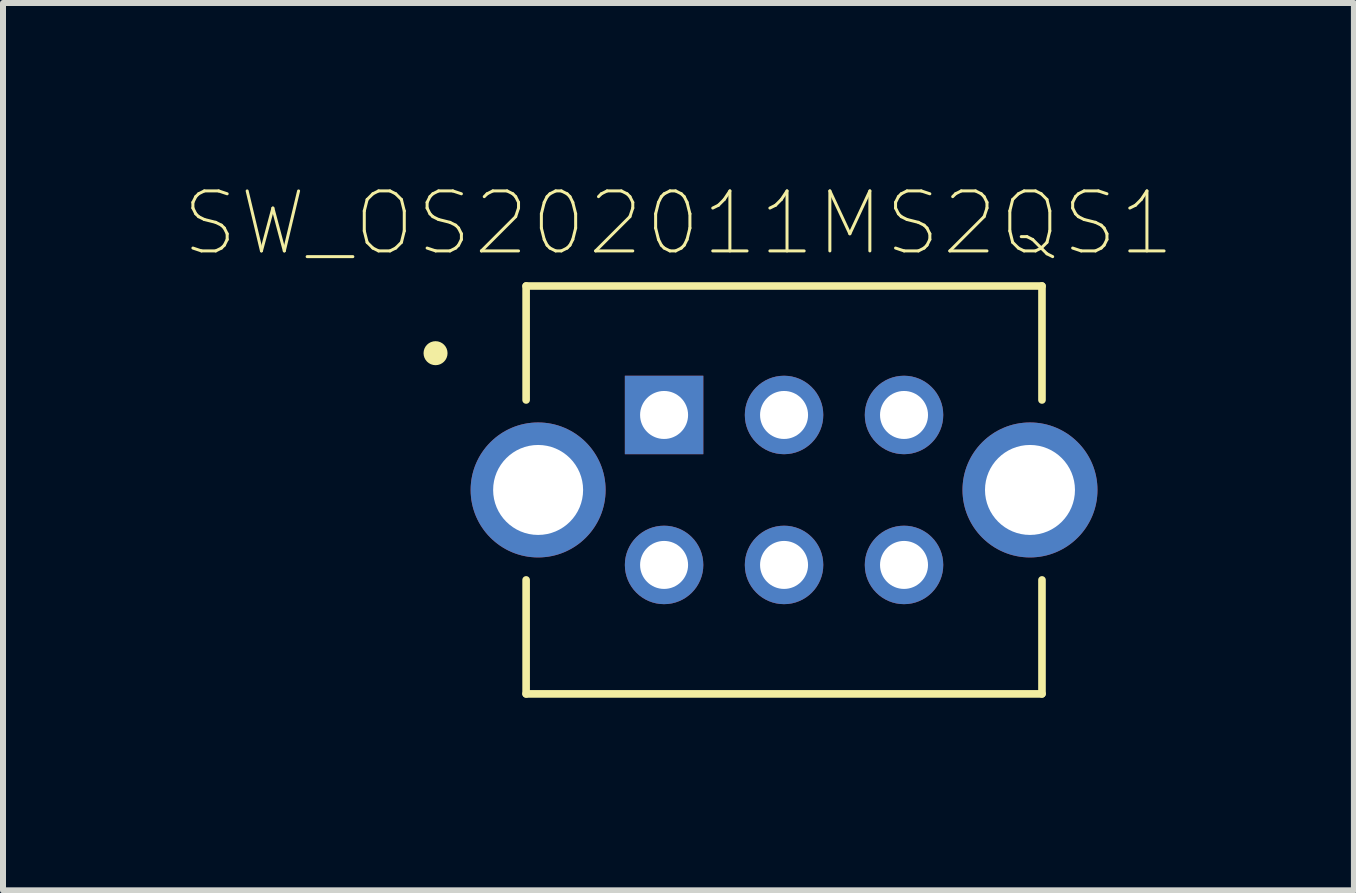
<source format=kicad_pcb>
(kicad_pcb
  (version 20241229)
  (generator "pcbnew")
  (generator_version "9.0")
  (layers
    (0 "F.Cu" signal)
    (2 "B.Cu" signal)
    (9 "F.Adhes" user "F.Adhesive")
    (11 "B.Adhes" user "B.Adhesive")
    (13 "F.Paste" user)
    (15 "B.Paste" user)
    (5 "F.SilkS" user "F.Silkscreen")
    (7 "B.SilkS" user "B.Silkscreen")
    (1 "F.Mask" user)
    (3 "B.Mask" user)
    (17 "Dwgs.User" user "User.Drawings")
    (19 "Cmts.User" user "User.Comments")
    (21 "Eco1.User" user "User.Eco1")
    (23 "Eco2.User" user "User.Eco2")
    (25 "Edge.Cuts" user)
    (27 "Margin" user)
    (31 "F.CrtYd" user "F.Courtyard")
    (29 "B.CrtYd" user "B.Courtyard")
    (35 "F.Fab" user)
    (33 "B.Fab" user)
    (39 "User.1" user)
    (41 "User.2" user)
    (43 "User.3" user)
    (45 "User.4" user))
  (footprint "SW_OS202011MS2QS1"
    (layer "F.Cu")
    (at 10.021 5.118)
    (property "Reference" "SW_OS202011MS2QS1" (at -1.76 -4.445 0) (layer "F.SilkS") (effects (font (size 1 1) (thickness 0.05))))
    (attr through_hole)
    (fp_line (start -4.3 -3.4) (end -4.3 -1.5) (stroke (width 0.127) (type solid)) (layer "F.SilkS"))
    (fp_line (start -4.3 -3.4) (end 4.3 -3.4) (stroke (width 0.127) (type solid)) (layer "F.SilkS"))
    (fp_line (start -4.3 3.4) (end -4.3 1.5) (stroke (width 0.127) (type solid)) (layer "F.SilkS"))
    (fp_line (start 4.3 -3.4) (end 4.3 -1.5) (stroke (width 0.127) (type solid)) (layer "F.SilkS"))
    (fp_line (start 4.3 3.4) (end -4.3 3.4) (stroke (width 0.127) (type solid)) (layer "F.SilkS"))
    (fp_line (start 4.3 3.4) (end 4.3 1.5) (stroke (width 0.127) (type solid)) (layer "F.SilkS"))
    (fp_circle (center -5.81 -2.28) (end -5.71 -2.28) (stroke (width 0.2) (type solid)) (fill no) (layer "F.SilkS"))
    (fp_line (start -5.475 -3.65) (end 5.475 -3.65) (stroke (width 0.05) (type solid)) (layer "Eco1.User"))
    (fp_line (start -5.475 3.65) (end -5.475 -3.65) (stroke (width 0.05) (type solid)) (layer "Eco1.User"))
    (fp_line (start 5.475 -3.65) (end 5.475 3.65) (stroke (width 0.05) (type solid)) (layer "Eco1.User"))
    (fp_line (start 5.475 3.65) (end -5.475 3.65) (stroke (width 0.05) (type solid)) (layer "Eco1.User"))
    (fp_line (start -4.3 -3.4) (end 4.3 -3.4) (stroke (width 0.127) (type solid)) (layer "Eco2.User"))
    (fp_line (start -4.3 3.4) (end -4.3 -3.4) (stroke (width 0.127) (type solid)) (layer "Eco2.User"))
    (fp_line (start 4.3 -3.4) (end 4.3 3.4) (stroke (width 0.127) (type solid)) (layer "Eco2.User"))
    (fp_line (start 4.3 3.4) (end -4.3 3.4) (stroke (width 0.127) (type solid)) (layer "Eco2.User"))
    (fp_circle (center -5.81 -2.28) (end -5.71 -2.28) (stroke (width 0.2) (type solid)) (fill no) (layer "Eco2.User"))
    (pad "1" thru_hole rect (at -2 -1.25) (size 1.308 1.308) (drill 0.8) (layers "*.Cu" "*.Mask"))
    (pad "2" thru_hole circle (at 0 -1.25) (size 1.308 1.308) (drill 0.8) (layers "*.Cu" "*.Mask"))
    (pad "3" thru_hole circle (at 2 -1.25) (size 1.308 1.308) (drill 0.8) (layers "*.Cu" "*.Mask"))
    (pad "4" thru_hole circle (at -2 1.25) (size 1.308 1.308) (drill 0.8) (layers "*.Cu" "*.Mask"))
    (pad "5" thru_hole circle (at 0 1.25) (size 1.308 1.308) (drill 0.8) (layers "*.Cu" "*.Mask"))
    (pad "6" thru_hole circle (at 2 1.25) (size 1.308 1.308) (drill 0.8) (layers "*.Cu" "*.Mask"))
    (pad "S1" thru_hole circle (at -4.1 0) (size 2.25 2.25) (drill 1.5) (layers "*.Cu" "*.Mask"))
    (pad "S2" thru_hole circle (at 4.1 0) (size 2.25 2.25) (drill 1.5) (layers "*.Cu" "*.Mask")))
  (gr_rect
    (start -3 -3)
    (end 19.521 11.793)
    (stroke (width 0.1) (type default))
    (fill no)
    (layer "Edge.Cuts")))
</source>
